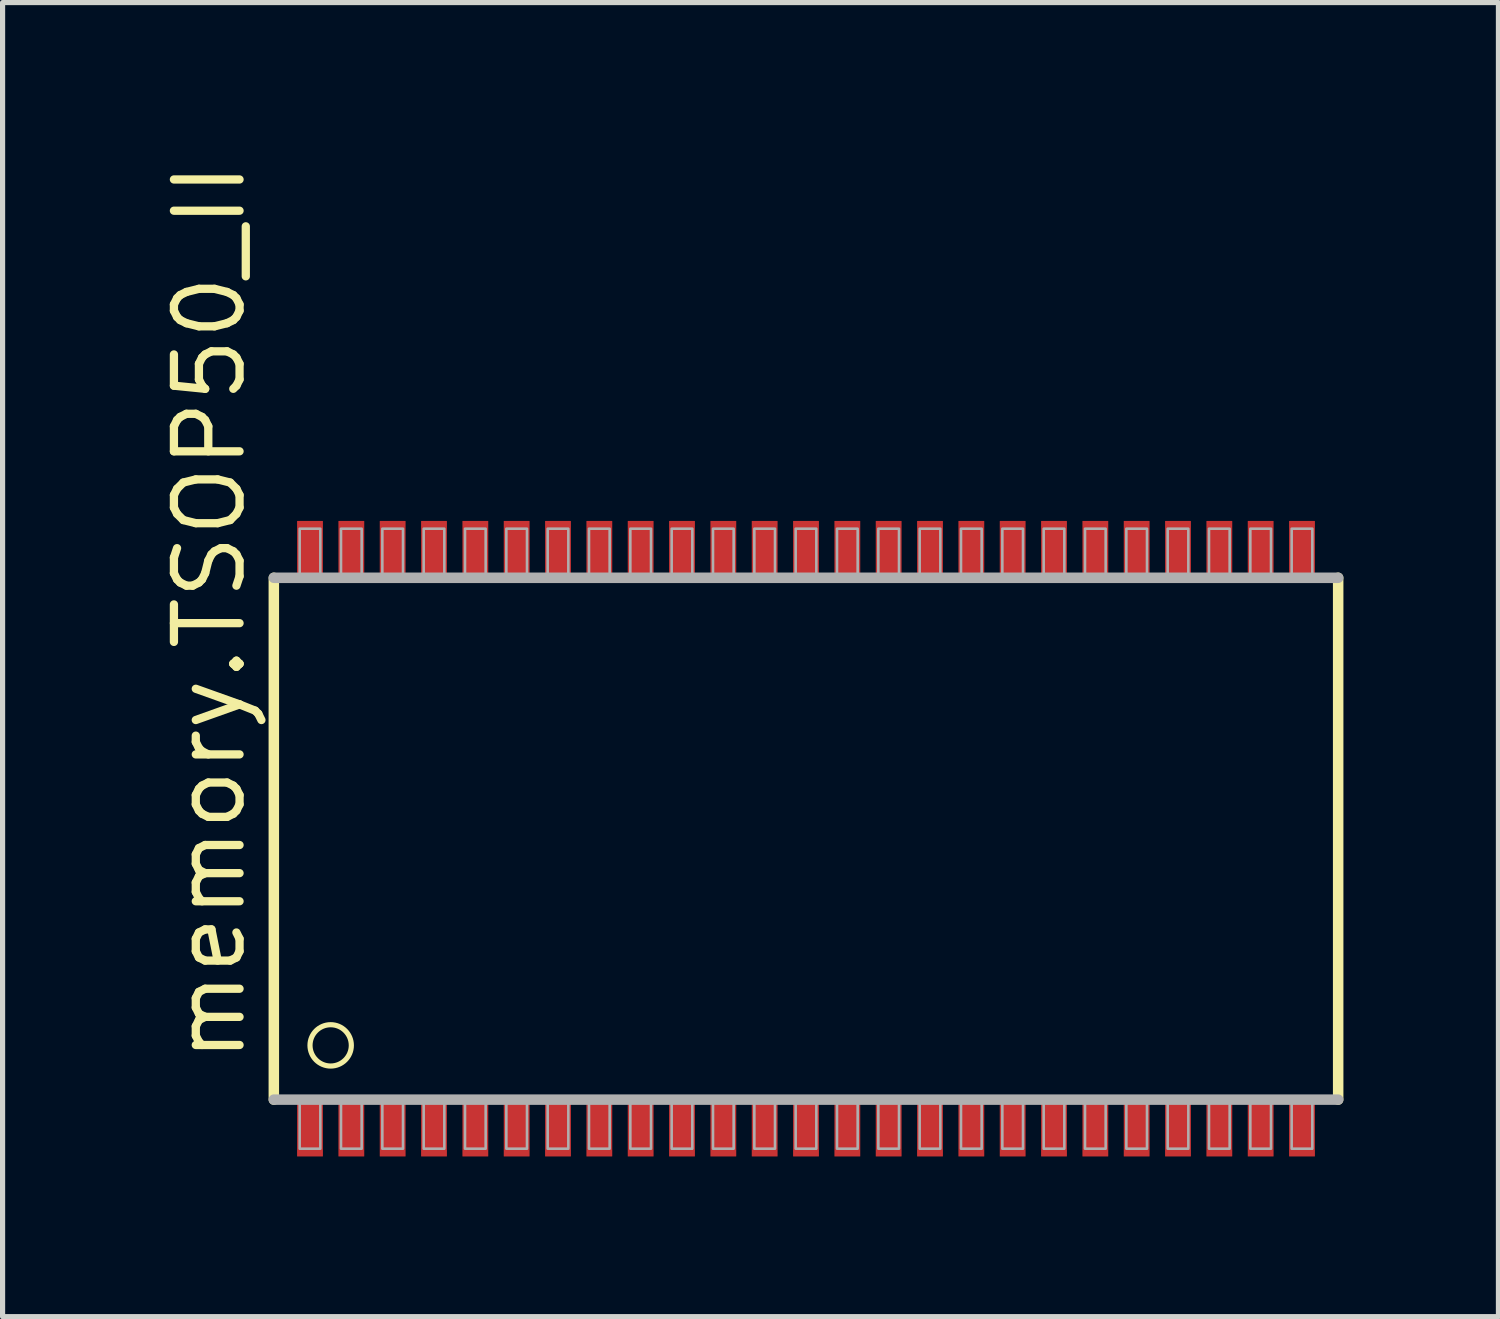
<source format=kicad_pcb>
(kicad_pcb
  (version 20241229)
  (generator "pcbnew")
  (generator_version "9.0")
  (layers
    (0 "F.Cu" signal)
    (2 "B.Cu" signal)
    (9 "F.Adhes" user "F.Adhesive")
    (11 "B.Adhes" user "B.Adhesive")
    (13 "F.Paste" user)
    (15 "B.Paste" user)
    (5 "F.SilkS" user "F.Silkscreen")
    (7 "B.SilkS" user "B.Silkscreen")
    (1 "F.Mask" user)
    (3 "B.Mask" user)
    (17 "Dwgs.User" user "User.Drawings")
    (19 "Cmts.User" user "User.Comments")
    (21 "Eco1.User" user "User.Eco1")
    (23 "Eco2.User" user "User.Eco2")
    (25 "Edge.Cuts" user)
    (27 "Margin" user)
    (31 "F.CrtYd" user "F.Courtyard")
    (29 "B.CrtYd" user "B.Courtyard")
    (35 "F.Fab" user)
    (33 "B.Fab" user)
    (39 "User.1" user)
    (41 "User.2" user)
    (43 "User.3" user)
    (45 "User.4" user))
  (footprint "memory.TSOP50_II"
    (layer "F.Cu")
    (at 12.55 13.183)
    (property "Reference" "memory.TSOP50_II" (at -10.8 4.4 90) (layer "F.SilkS") (effects (font (size 1.27 1.27) (thickness 0.16)) (justify left bottom)))
    (attr smd)
    (fp_rect (start -9.9 -4.975) (end -9.3 -6.225) (stroke (width 0.05) (type default)) (fill yes) (layer "F.Mask"))
    (fp_rect (start -9.9 6.225) (end -9.3 4.975) (stroke (width 0.05) (type default)) (fill yes) (layer "F.Mask"))
    (fp_rect (start -9.1 -4.975) (end -8.5 -6.225) (stroke (width 0.05) (type default)) (fill yes) (layer "F.Mask"))
    (fp_rect (start -9.1 6.225) (end -8.5 4.975) (stroke (width 0.05) (type default)) (fill yes) (layer "F.Mask"))
    (fp_rect (start -8.3 -4.975) (end -7.7 -6.225) (stroke (width 0.05) (type default)) (fill yes) (layer "F.Mask"))
    (fp_rect (start -8.3 6.225) (end -7.7 4.975) (stroke (width 0.05) (type default)) (fill yes) (layer "F.Mask"))
    (fp_rect (start -7.5 -4.975) (end -6.9 -6.225) (stroke (width 0.05) (type default)) (fill yes) (layer "F.Mask"))
    (fp_rect (start -7.5 6.225) (end -6.9 4.975) (stroke (width 0.05) (type default)) (fill yes) (layer "F.Mask"))
    (fp_rect (start -6.7 -4.975) (end -6.1 -6.225) (stroke (width 0.05) (type default)) (fill yes) (layer "F.Mask"))
    (fp_rect (start -6.7 6.225) (end -6.1 4.975) (stroke (width 0.05) (type default)) (fill yes) (layer "F.Mask"))
    (fp_rect (start -5.9 -4.975) (end -5.3 -6.225) (stroke (width 0.05) (type default)) (fill yes) (layer "F.Mask"))
    (fp_rect (start -5.9 6.225) (end -5.3 4.975) (stroke (width 0.05) (type default)) (fill yes) (layer "F.Mask"))
    (fp_rect (start -5.1 -4.975) (end -4.5 -6.225) (stroke (width 0.05) (type default)) (fill yes) (layer "F.Mask"))
    (fp_rect (start -5.1 6.225) (end -4.5 4.975) (stroke (width 0.05) (type default)) (fill yes) (layer "F.Mask"))
    (fp_rect (start -4.3 -4.975) (end -3.7 -6.225) (stroke (width 0.05) (type default)) (fill yes) (layer "F.Mask"))
    (fp_rect (start -4.3 6.225) (end -3.7 4.975) (stroke (width 0.05) (type default)) (fill yes) (layer "F.Mask"))
    (fp_rect (start -3.5 -4.975) (end -2.9 -6.225) (stroke (width 0.05) (type default)) (fill yes) (layer "F.Mask"))
    (fp_rect (start -3.5 6.225) (end -2.9 4.975) (stroke (width 0.05) (type default)) (fill yes) (layer "F.Mask"))
    (fp_rect (start -2.7 -4.975) (end -2.1 -6.225) (stroke (width 0.05) (type default)) (fill yes) (layer "F.Mask"))
    (fp_rect (start -2.7 6.225) (end -2.1 4.975) (stroke (width 0.05) (type default)) (fill yes) (layer "F.Mask"))
    (fp_rect (start -1.9 -4.975) (end -1.3 -6.225) (stroke (width 0.05) (type default)) (fill yes) (layer "F.Mask"))
    (fp_rect (start -1.9 6.225) (end -1.3 4.975) (stroke (width 0.05) (type default)) (fill yes) (layer "F.Mask"))
    (fp_rect (start -1.1 -4.975) (end -0.5 -6.225) (stroke (width 0.05) (type default)) (fill yes) (layer "F.Mask"))
    (fp_rect (start -1.1 6.225) (end -0.5 4.975) (stroke (width 0.05) (type default)) (fill yes) (layer "F.Mask"))
    (fp_rect (start -0.3 -4.975) (end 0.3 -6.225) (stroke (width 0.05) (type default)) (fill yes) (layer "F.Mask"))
    (fp_rect (start -0.3 6.225) (end 0.3 4.975) (stroke (width 0.05) (type default)) (fill yes) (layer "F.Mask"))
    (fp_rect (start 0.5 -4.975) (end 1.1 -6.225) (stroke (width 0.05) (type default)) (fill yes) (layer "F.Mask"))
    (fp_rect (start 0.5 6.225) (end 1.1 4.975) (stroke (width 0.05) (type default)) (fill yes) (layer "F.Mask"))
    (fp_rect (start 1.3 -4.975) (end 1.9 -6.225) (stroke (width 0.05) (type default)) (fill yes) (layer "F.Mask"))
    (fp_rect (start 1.3 6.225) (end 1.9 4.975) (stroke (width 0.05) (type default)) (fill yes) (layer "F.Mask"))
    (fp_rect (start 2.1 -4.975) (end 2.7 -6.225) (stroke (width 0.05) (type default)) (fill yes) (layer "F.Mask"))
    (fp_rect (start 2.1 6.225) (end 2.7 4.975) (stroke (width 0.05) (type default)) (fill yes) (layer "F.Mask"))
    (fp_rect (start 2.9 -4.975) (end 3.5 -6.225) (stroke (width 0.05) (type default)) (fill yes) (layer "F.Mask"))
    (fp_rect (start 2.9 6.225) (end 3.5 4.975) (stroke (width 0.05) (type default)) (fill yes) (layer "F.Mask"))
    (fp_rect (start 3.7 -4.975) (end 4.3 -6.225) (stroke (width 0.05) (type default)) (fill yes) (layer "F.Mask"))
    (fp_rect (start 3.7 6.225) (end 4.3 4.975) (stroke (width 0.05) (type default)) (fill yes) (layer "F.Mask"))
    (fp_rect (start 4.5 -4.975) (end 5.1 -6.225) (stroke (width 0.05) (type default)) (fill yes) (layer "F.Mask"))
    (fp_rect (start 4.5 6.225) (end 5.1 4.975) (stroke (width 0.05) (type default)) (fill yes) (layer "F.Mask"))
    (fp_rect (start 5.3 -4.975) (end 5.9 -6.225) (stroke (width 0.05) (type default)) (fill yes) (layer "F.Mask"))
    (fp_rect (start 5.3 6.225) (end 5.9 4.975) (stroke (width 0.05) (type default)) (fill yes) (layer "F.Mask"))
    (fp_rect (start 6.1 -4.975) (end 6.7 -6.225) (stroke (width 0.05) (type default)) (fill yes) (layer "F.Mask"))
    (fp_rect (start 6.1 6.225) (end 6.7 4.975) (stroke (width 0.05) (type default)) (fill yes) (layer "F.Mask"))
    (fp_rect (start 6.9 -4.975) (end 7.5 -6.225) (stroke (width 0.05) (type default)) (fill yes) (layer "F.Mask"))
    (fp_rect (start 6.9 6.225) (end 7.5 4.975) (stroke (width 0.05) (type default)) (fill yes) (layer "F.Mask"))
    (fp_rect (start 7.7 -4.975) (end 8.3 -6.225) (stroke (width 0.05) (type default)) (fill yes) (layer "F.Mask"))
    (fp_rect (start 7.7 6.225) (end 8.3 4.975) (stroke (width 0.05) (type default)) (fill yes) (layer "F.Mask"))
    (fp_rect (start 8.5 -4.975) (end 9.1 -6.225) (stroke (width 0.05) (type default)) (fill yes) (layer "F.Mask"))
    (fp_rect (start 8.5 6.225) (end 9.1 4.975) (stroke (width 0.05) (type default)) (fill yes) (layer "F.Mask"))
    (fp_rect (start 9.3 -4.975) (end 9.9 -6.225) (stroke (width 0.05) (type default)) (fill yes) (layer "F.Mask"))
    (fp_rect (start 9.3 6.225) (end 9.9 4.975) (stroke (width 0.05) (type default)) (fill yes) (layer "F.Mask"))
    (fp_line (start -10.3 5.05) (end -10.3 -5.05) (stroke (width 0.203) (type default)) (layer "F.SilkS"))
    (fp_line (start 10.3 -5.05) (end 10.3 5.05) (stroke (width 0.203) (type default)) (layer "F.SilkS"))
    (fp_circle (center -9.2 4) (end -8.8 4) (stroke (width 0.1) (type default)) (fill no) (layer "F.SilkS"))
    (fp_rect (start -9.8 -5.075) (end -9.4 -6.125) (stroke (width 0.05) (type default)) (fill yes) (layer "F.Paste"))
    (fp_rect (start -9.8 6.125) (end -9.4 5.075) (stroke (width 0.05) (type default)) (fill yes) (layer "F.Paste"))
    (fp_rect (start -9 -5.075) (end -8.6 -6.125) (stroke (width 0.05) (type default)) (fill yes) (layer "F.Paste"))
    (fp_rect (start -9 6.125) (end -8.6 5.075) (stroke (width 0.05) (type default)) (fill yes) (layer "F.Paste"))
    (fp_rect (start -8.2 -5.075) (end -7.8 -6.125) (stroke (width 0.05) (type default)) (fill yes) (layer "F.Paste"))
    (fp_rect (start -8.2 6.125) (end -7.8 5.075) (stroke (width 0.05) (type default)) (fill yes) (layer "F.Paste"))
    (fp_rect (start -7.4 -5.075) (end -7 -6.125) (stroke (width 0.05) (type default)) (fill yes) (layer "F.Paste"))
    (fp_rect (start -7.4 6.125) (end -7 5.075) (stroke (width 0.05) (type default)) (fill yes) (layer "F.Paste"))
    (fp_rect (start -6.6 -5.075) (end -6.2 -6.125) (stroke (width 0.05) (type default)) (fill yes) (layer "F.Paste"))
    (fp_rect (start -6.6 6.125) (end -6.2 5.075) (stroke (width 0.05) (type default)) (fill yes) (layer "F.Paste"))
    (fp_rect (start -5.8 -5.075) (end -5.4 -6.125) (stroke (width 0.05) (type default)) (fill yes) (layer "F.Paste"))
    (fp_rect (start -5.8 6.125) (end -5.4 5.075) (stroke (width 0.05) (type default)) (fill yes) (layer "F.Paste"))
    (fp_rect (start -5 -5.075) (end -4.6 -6.125) (stroke (width 0.05) (type default)) (fill yes) (layer "F.Paste"))
    (fp_rect (start -5 6.125) (end -4.6 5.075) (stroke (width 0.05) (type default)) (fill yes) (layer "F.Paste"))
    (fp_rect (start -4.2 -5.075) (end -3.8 -6.125) (stroke (width 0.05) (type default)) (fill yes) (layer "F.Paste"))
    (fp_rect (start -4.2 6.125) (end -3.8 5.075) (stroke (width 0.05) (type default)) (fill yes) (layer "F.Paste"))
    (fp_rect (start -3.4 -5.075) (end -3 -6.125) (stroke (width 0.05) (type default)) (fill yes) (layer "F.Paste"))
    (fp_rect (start -3.4 6.125) (end -3 5.075) (stroke (width 0.05) (type default)) (fill yes) (layer "F.Paste"))
    (fp_rect (start -2.6 -5.075) (end -2.2 -6.125) (stroke (width 0.05) (type default)) (fill yes) (layer "F.Paste"))
    (fp_rect (start -2.6 6.125) (end -2.2 5.075) (stroke (width 0.05) (type default)) (fill yes) (layer "F.Paste"))
    (fp_rect (start -1.8 -5.075) (end -1.4 -6.125) (stroke (width 0.05) (type default)) (fill yes) (layer "F.Paste"))
    (fp_rect (start -1.8 6.125) (end -1.4 5.075) (stroke (width 0.05) (type default)) (fill yes) (layer "F.Paste"))
    (fp_rect (start -1 -5.075) (end -0.6 -6.125) (stroke (width 0.05) (type default)) (fill yes) (layer "F.Paste"))
    (fp_rect (start -1 6.125) (end -0.6 5.075) (stroke (width 0.05) (type default)) (fill yes) (layer "F.Paste"))
    (fp_rect (start -0.2 -5.075) (end 0.2 -6.125) (stroke (width 0.05) (type default)) (fill yes) (layer "F.Paste"))
    (fp_rect (start -0.2 6.125) (end 0.2 5.075) (stroke (width 0.05) (type default)) (fill yes) (layer "F.Paste"))
    (fp_rect (start 0.6 -5.075) (end 1 -6.125) (stroke (width 0.05) (type default)) (fill yes) (layer "F.Paste"))
    (fp_rect (start 0.6 6.125) (end 1 5.075) (stroke (width 0.05) (type default)) (fill yes) (layer "F.Paste"))
    (fp_rect (start 1.4 -5.075) (end 1.8 -6.125) (stroke (width 0.05) (type default)) (fill yes) (layer "F.Paste"))
    (fp_rect (start 1.4 6.125) (end 1.8 5.075) (stroke (width 0.05) (type default)) (fill yes) (layer "F.Paste"))
    (fp_rect (start 2.2 -5.075) (end 2.6 -6.125) (stroke (width 0.05) (type default)) (fill yes) (layer "F.Paste"))
    (fp_rect (start 2.2 6.125) (end 2.6 5.075) (stroke (width 0.05) (type default)) (fill yes) (layer "F.Paste"))
    (fp_rect (start 3 -5.075) (end 3.4 -6.125) (stroke (width 0.05) (type default)) (fill yes) (layer "F.Paste"))
    (fp_rect (start 3 6.125) (end 3.4 5.075) (stroke (width 0.05) (type default)) (fill yes) (layer "F.Paste"))
    (fp_rect (start 3.8 -5.075) (end 4.2 -6.125) (stroke (width 0.05) (type default)) (fill yes) (layer "F.Paste"))
    (fp_rect (start 3.8 6.125) (end 4.2 5.075) (stroke (width 0.05) (type default)) (fill yes) (layer "F.Paste"))
    (fp_rect (start 4.6 -5.075) (end 5 -6.125) (stroke (width 0.05) (type default)) (fill yes) (layer "F.Paste"))
    (fp_rect (start 4.6 6.125) (end 5 5.075) (stroke (width 0.05) (type default)) (fill yes) (layer "F.Paste"))
    (fp_rect (start 5.4 -5.075) (end 5.8 -6.125) (stroke (width 0.05) (type default)) (fill yes) (layer "F.Paste"))
    (fp_rect (start 5.4 6.125) (end 5.8 5.075) (stroke (width 0.05) (type default)) (fill yes) (layer "F.Paste"))
    (fp_rect (start 6.2 -5.075) (end 6.6 -6.125) (stroke (width 0.05) (type default)) (fill yes) (layer "F.Paste"))
    (fp_rect (start 6.2 6.125) (end 6.6 5.075) (stroke (width 0.05) (type default)) (fill yes) (layer "F.Paste"))
    (fp_rect (start 7 -5.075) (end 7.4 -6.125) (stroke (width 0.05) (type default)) (fill yes) (layer "F.Paste"))
    (fp_rect (start 7 6.125) (end 7.4 5.075) (stroke (width 0.05) (type default)) (fill yes) (layer "F.Paste"))
    (fp_rect (start 7.8 -5.075) (end 8.2 -6.125) (stroke (width 0.05) (type default)) (fill yes) (layer "F.Paste"))
    (fp_rect (start 7.8 6.125) (end 8.2 5.075) (stroke (width 0.05) (type default)) (fill yes) (layer "F.Paste"))
    (fp_rect (start 8.6 -5.075) (end 9 -6.125) (stroke (width 0.05) (type default)) (fill yes) (layer "F.Paste"))
    (fp_rect (start 8.6 6.125) (end 9 5.075) (stroke (width 0.05) (type default)) (fill yes) (layer "F.Paste"))
    (fp_rect (start 9.4 -5.075) (end 9.8 -6.125) (stroke (width 0.05) (type default)) (fill yes) (layer "F.Paste"))
    (fp_rect (start 9.4 6.125) (end 9.8 5.075) (stroke (width 0.05) (type default)) (fill yes) (layer "F.Paste"))
    (fp_line (start -10.3 -5.05) (end 10.3 -5.05) (stroke (width 0.203) (type default)) (layer "F.Fab"))
    (fp_line (start 10.3 5.05) (end -10.3 5.05) (stroke (width 0.203) (type default)) (layer "F.Fab"))
    (fp_rect (start -9.8 -5.05) (end -9.4 -6) (stroke (width 0.05) (type default)) (fill no) (layer "F.Fab"))
    (fp_rect (start -9.8 6) (end -9.4 5.05) (stroke (width 0.05) (type default)) (fill no) (layer "F.Fab"))
    (fp_rect (start -9 -5.05) (end -8.6 -6) (stroke (width 0.05) (type default)) (fill no) (layer "F.Fab"))
    (fp_rect (start -9 6) (end -8.6 5.05) (stroke (width 0.05) (type default)) (fill no) (layer "F.Fab"))
    (fp_rect (start -8.2 -5.05) (end -7.8 -6) (stroke (width 0.05) (type default)) (fill no) (layer "F.Fab"))
    (fp_rect (start -8.2 6) (end -7.8 5.05) (stroke (width 0.05) (type default)) (fill no) (layer "F.Fab"))
    (fp_rect (start -7.4 -5.05) (end -7 -6) (stroke (width 0.05) (type default)) (fill no) (layer "F.Fab"))
    (fp_rect (start -7.4 6) (end -7 5.05) (stroke (width 0.05) (type default)) (fill no) (layer "F.Fab"))
    (fp_rect (start -6.6 -5.05) (end -6.2 -6) (stroke (width 0.05) (type default)) (fill no) (layer "F.Fab"))
    (fp_rect (start -6.6 6) (end -6.2 5.05) (stroke (width 0.05) (type default)) (fill no) (layer "F.Fab"))
    (fp_rect (start -5.8 -5.05) (end -5.4 -6) (stroke (width 0.05) (type default)) (fill no) (layer "F.Fab"))
    (fp_rect (start -5.8 6) (end -5.4 5.05) (stroke (width 0.05) (type default)) (fill no) (layer "F.Fab"))
    (fp_rect (start -5 -5.05) (end -4.6 -6) (stroke (width 0.05) (type default)) (fill no) (layer "F.Fab"))
    (fp_rect (start -5 6) (end -4.6 5.05) (stroke (width 0.05) (type default)) (fill no) (layer "F.Fab"))
    (fp_rect (start -4.2 -5.05) (end -3.8 -6) (stroke (width 0.05) (type default)) (fill no) (layer "F.Fab"))
    (fp_rect (start -4.2 6) (end -3.8 5.05) (stroke (width 0.05) (type default)) (fill no) (layer "F.Fab"))
    (fp_rect (start -3.4 -5.05) (end -3 -6) (stroke (width 0.05) (type default)) (fill no) (layer "F.Fab"))
    (fp_rect (start -3.4 6) (end -3 5.05) (stroke (width 0.05) (type default)) (fill no) (layer "F.Fab"))
    (fp_rect (start -2.6 -5.05) (end -2.2 -6) (stroke (width 0.05) (type default)) (fill no) (layer "F.Fab"))
    (fp_rect (start -2.6 6) (end -2.2 5.05) (stroke (width 0.05) (type default)) (fill no) (layer "F.Fab"))
    (fp_rect (start -1.8 -5.05) (end -1.4 -6) (stroke (width 0.05) (type default)) (fill no) (layer "F.Fab"))
    (fp_rect (start -1.8 6) (end -1.4 5.05) (stroke (width 0.05) (type default)) (fill no) (layer "F.Fab"))
    (fp_rect (start -1 -5.05) (end -0.6 -6) (stroke (width 0.05) (type default)) (fill no) (layer "F.Fab"))
    (fp_rect (start -1 6) (end -0.6 5.05) (stroke (width 0.05) (type default)) (fill no) (layer "F.Fab"))
    (fp_rect (start -0.2 -5.05) (end 0.2 -6) (stroke (width 0.05) (type default)) (fill no) (layer "F.Fab"))
    (fp_rect (start -0.2 6) (end 0.2 5.05) (stroke (width 0.05) (type default)) (fill no) (layer "F.Fab"))
    (fp_rect (start 0.6 -5.05) (end 1 -6) (stroke (width 0.05) (type default)) (fill no) (layer "F.Fab"))
    (fp_rect (start 0.6 6) (end 1 5.05) (stroke (width 0.05) (type default)) (fill no) (layer "F.Fab"))
    (fp_rect (start 1.4 -5.05) (end 1.8 -6) (stroke (width 0.05) (type default)) (fill no) (layer "F.Fab"))
    (fp_rect (start 1.4 6) (end 1.8 5.05) (stroke (width 0.05) (type default)) (fill no) (layer "F.Fab"))
    (fp_rect (start 2.2 -5.05) (end 2.6 -6) (stroke (width 0.05) (type default)) (fill no) (layer "F.Fab"))
    (fp_rect (start 2.2 6) (end 2.6 5.05) (stroke (width 0.05) (type default)) (fill no) (layer "F.Fab"))
    (fp_rect (start 3 -5.05) (end 3.4 -6) (stroke (width 0.05) (type default)) (fill no) (layer "F.Fab"))
    (fp_rect (start 3 6) (end 3.4 5.05) (stroke (width 0.05) (type default)) (fill no) (layer "F.Fab"))
    (fp_rect (start 3.8 -5.05) (end 4.2 -6) (stroke (width 0.05) (type default)) (fill no) (layer "F.Fab"))
    (fp_rect (start 3.8 6) (end 4.2 5.05) (stroke (width 0.05) (type default)) (fill no) (layer "F.Fab"))
    (fp_rect (start 4.6 -5.05) (end 5 -6) (stroke (width 0.05) (type default)) (fill no) (layer "F.Fab"))
    (fp_rect (start 4.6 6) (end 5 5.05) (stroke (width 0.05) (type default)) (fill no) (layer "F.Fab"))
    (fp_rect (start 5.4 -5.05) (end 5.8 -6) (stroke (width 0.05) (type default)) (fill no) (layer "F.Fab"))
    (fp_rect (start 5.4 6) (end 5.8 5.05) (stroke (width 0.05) (type default)) (fill no) (layer "F.Fab"))
    (fp_rect (start 6.2 -5.05) (end 6.6 -6) (stroke (width 0.05) (type default)) (fill no) (layer "F.Fab"))
    (fp_rect (start 6.2 6) (end 6.6 5.05) (stroke (width 0.05) (type default)) (fill no) (layer "F.Fab"))
    (fp_rect (start 7 -5.05) (end 7.4 -6) (stroke (width 0.05) (type default)) (fill no) (layer "F.Fab"))
    (fp_rect (start 7 6) (end 7.4 5.05) (stroke (width 0.05) (type default)) (fill no) (layer "F.Fab"))
    (fp_rect (start 7.8 -5.05) (end 8.2 -6) (stroke (width 0.05) (type default)) (fill no) (layer "F.Fab"))
    (fp_rect (start 7.8 6) (end 8.2 5.05) (stroke (width 0.05) (type default)) (fill no) (layer "F.Fab"))
    (fp_rect (start 8.6 -5.05) (end 9 -6) (stroke (width 0.05) (type default)) (fill no) (layer "F.Fab"))
    (fp_rect (start 8.6 6) (end 9 5.05) (stroke (width 0.05) (type default)) (fill no) (layer "F.Fab"))
    (fp_rect (start 9.4 -5.05) (end 9.8 -6) (stroke (width 0.05) (type default)) (fill no) (layer "F.Fab"))
    (fp_rect (start 9.4 6) (end 9.8 5.05) (stroke (width 0.05) (type default)) (fill no) (layer "F.Fab"))
    (pad "1" smd roundrect (at -9.6 5.6) (size 0.5 1.1) (layers "F.Cu" "F.Mask" "F.Paste") (roundrect_rratio 0.01))
    (pad "2" smd roundrect (at -8.8 5.6) (size 0.5 1.1) (layers "F.Cu" "F.Mask" "F.Paste") (roundrect_rratio 0.01))
    (pad "3" smd roundrect (at -8 5.6) (size 0.5 1.1) (layers "F.Cu" "F.Mask" "F.Paste") (roundrect_rratio 0.01))
    (pad "4" smd roundrect (at -7.2 5.6) (size 0.5 1.1) (layers "F.Cu" "F.Mask" "F.Paste") (roundrect_rratio 0.01))
    (pad "5" smd roundrect (at -6.4 5.6) (size 0.5 1.1) (layers "F.Cu" "F.Mask" "F.Paste") (roundrect_rratio 0.01))
    (pad "6" smd roundrect (at -5.6 5.6) (size 0.5 1.1) (layers "F.Cu" "F.Mask" "F.Paste") (roundrect_rratio 0.01))
    (pad "7" smd roundrect (at -4.8 5.6) (size 0.5 1.1) (layers "F.Cu" "F.Mask" "F.Paste") (roundrect_rratio 0.01))
    (pad "8" smd roundrect (at -4 5.6) (size 0.5 1.1) (layers "F.Cu" "F.Mask" "F.Paste") (roundrect_rratio 0.01))
    (pad "9" smd roundrect (at -3.2 5.6) (size 0.5 1.1) (layers "F.Cu" "F.Mask" "F.Paste") (roundrect_rratio 0.01))
    (pad "10" smd roundrect (at -2.4 5.6) (size 0.5 1.1) (layers "F.Cu" "F.Mask" "F.Paste") (roundrect_rratio 0.01))
    (pad "11" smd roundrect (at -1.6 5.6) (size 0.5 1.1) (layers "F.Cu" "F.Mask" "F.Paste") (roundrect_rratio 0.01))
    (pad "12" smd roundrect (at -0.8 5.6) (size 0.5 1.1) (layers "F.Cu" "F.Mask" "F.Paste") (roundrect_rratio 0.01))
    (pad "13" smd roundrect (at 0 5.6) (size 0.5 1.1) (layers "F.Cu" "F.Mask" "F.Paste") (roundrect_rratio 0.01))
    (pad "14" smd roundrect (at 0.8 5.6) (size 0.5 1.1) (layers "F.Cu" "F.Mask" "F.Paste") (roundrect_rratio 0.01))
    (pad "15" smd roundrect (at 1.6 5.6) (size 0.5 1.1) (layers "F.Cu" "F.Mask" "F.Paste") (roundrect_rratio 0.01))
    (pad "16" smd roundrect (at 2.4 5.6) (size 0.5 1.1) (layers "F.Cu" "F.Mask" "F.Paste") (roundrect_rratio 0.01))
    (pad "17" smd roundrect (at 3.2 5.6) (size 0.5 1.1) (layers "F.Cu" "F.Mask" "F.Paste") (roundrect_rratio 0.01))
    (pad "18" smd roundrect (at 4 5.6) (size 0.5 1.1) (layers "F.Cu" "F.Mask" "F.Paste") (roundrect_rratio 0.01))
    (pad "19" smd roundrect (at 4.8 5.6) (size 0.5 1.1) (layers "F.Cu" "F.Mask" "F.Paste") (roundrect_rratio 0.01))
    (pad "20" smd roundrect (at 5.6 5.6) (size 0.5 1.1) (layers "F.Cu" "F.Mask" "F.Paste") (roundrect_rratio 0.01))
    (pad "21" smd roundrect (at 6.4 5.6) (size 0.5 1.1) (layers "F.Cu" "F.Mask" "F.Paste") (roundrect_rratio 0.01))
    (pad "22" smd roundrect (at 7.2 5.6) (size 0.5 1.1) (layers "F.Cu" "F.Mask" "F.Paste") (roundrect_rratio 0.01))
    (pad "23" smd roundrect (at 8 5.6) (size 0.5 1.1) (layers "F.Cu" "F.Mask" "F.Paste") (roundrect_rratio 0.01))
    (pad "24" smd roundrect (at 8.8 5.6) (size 0.5 1.1) (layers "F.Cu" "F.Mask" "F.Paste") (roundrect_rratio 0.01))
    (pad "25" smd roundrect (at 9.6 5.6) (size 0.5 1.1) (layers "F.Cu" "F.Mask" "F.Paste") (roundrect_rratio 0.01))
    (pad "26" smd roundrect (at 9.6 -5.6 180) (size 0.5 1.1) (layers "F.Cu" "F.Mask" "F.Paste") (roundrect_rratio 0.01))
    (pad "27" smd roundrect (at 8.8 -5.6 180) (size 0.5 1.1) (layers "F.Cu" "F.Mask" "F.Paste") (roundrect_rratio 0.01))
    (pad "28" smd roundrect (at 8 -5.6 180) (size 0.5 1.1) (layers "F.Cu" "F.Mask" "F.Paste") (roundrect_rratio 0.01))
    (pad "29" smd roundrect (at 7.2 -5.6 180) (size 0.5 1.1) (layers "F.Cu" "F.Mask" "F.Paste") (roundrect_rratio 0.01))
    (pad "30" smd roundrect (at 6.4 -5.6 180) (size 0.5 1.1) (layers "F.Cu" "F.Mask" "F.Paste") (roundrect_rratio 0.01))
    (pad "31" smd roundrect (at 5.6 -5.6 180) (size 0.5 1.1) (layers "F.Cu" "F.Mask" "F.Paste") (roundrect_rratio 0.01))
    (pad "32" smd roundrect (at 4.8 -5.6 180) (size 0.5 1.1) (layers "F.Cu" "F.Mask" "F.Paste") (roundrect_rratio 0.01))
    (pad "33" smd roundrect (at 4 -5.6 180) (size 0.5 1.1) (layers "F.Cu" "F.Mask" "F.Paste") (roundrect_rratio 0.01))
    (pad "34" smd roundrect (at 3.2 -5.6 180) (size 0.5 1.1) (layers "F.Cu" "F.Mask" "F.Paste") (roundrect_rratio 0.01))
    (pad "35" smd roundrect (at 2.4 -5.6 180) (size 0.5 1.1) (layers "F.Cu" "F.Mask" "F.Paste") (roundrect_rratio 0.01))
    (pad "36" smd roundrect (at 1.6 -5.6 180) (size 0.5 1.1) (layers "F.Cu" "F.Mask" "F.Paste") (roundrect_rratio 0.01))
    (pad "37" smd roundrect (at 0.8 -5.6 180) (size 0.5 1.1) (layers "F.Cu" "F.Mask" "F.Paste") (roundrect_rratio 0.01))
    (pad "38" smd roundrect (at 0 -5.6 180) (size 0.5 1.1) (layers "F.Cu" "F.Mask" "F.Paste") (roundrect_rratio 0.01))
    (pad "39" smd roundrect (at -0.8 -5.6 180) (size 0.5 1.1) (layers "F.Cu" "F.Mask" "F.Paste") (roundrect_rratio 0.01))
    (pad "40" smd roundrect (at -1.6 -5.6 180) (size 0.5 1.1) (layers "F.Cu" "F.Mask" "F.Paste") (roundrect_rratio 0.01))
    (pad "41" smd roundrect (at -2.4 -5.6 180) (size 0.5 1.1) (layers "F.Cu" "F.Mask" "F.Paste") (roundrect_rratio 0.01))
    (pad "42" smd roundrect (at -3.2 -5.6 180) (size 0.5 1.1) (layers "F.Cu" "F.Mask" "F.Paste") (roundrect_rratio 0.01))
    (pad "43" smd roundrect (at -4 -5.6 180) (size 0.5 1.1) (layers "F.Cu" "F.Mask" "F.Paste") (roundrect_rratio 0.01))
    (pad "44" smd roundrect (at -4.8 -5.6 180) (size 0.5 1.1) (layers "F.Cu" "F.Mask" "F.Paste") (roundrect_rratio 0.01))
    (pad "45" smd roundrect (at -5.6 -5.6 180) (size 0.5 1.1) (layers "F.Cu" "F.Mask" "F.Paste") (roundrect_rratio 0.01))
    (pad "46" smd roundrect (at -6.4 -5.6 180) (size 0.5 1.1) (layers "F.Cu" "F.Mask" "F.Paste") (roundrect_rratio 0.01))
    (pad "47" smd roundrect (at -7.2 -5.6 180) (size 0.5 1.1) (layers "F.Cu" "F.Mask" "F.Paste") (roundrect_rratio 0.01))
    (pad "48" smd roundrect (at -8 -5.6 180) (size 0.5 1.1) (layers "F.Cu" "F.Mask" "F.Paste") (roundrect_rratio 0.01))
    (pad "49" smd roundrect (at -8.8 -5.6 180) (size 0.5 1.1) (layers "F.Cu" "F.Mask" "F.Paste") (roundrect_rratio 0.01))
    (pad "50" smd roundrect (at -9.6 -5.6 180) (size 0.5 1.1) (layers "F.Cu" "F.Mask" "F.Paste") (roundrect_rratio 0.01)))
  (gr_rect
    (start -3 -3)
    (end 25.952 22.433)
    (stroke (width 0.1) (type default))
    (fill no)
    (layer "Edge.Cuts")))
</source>
